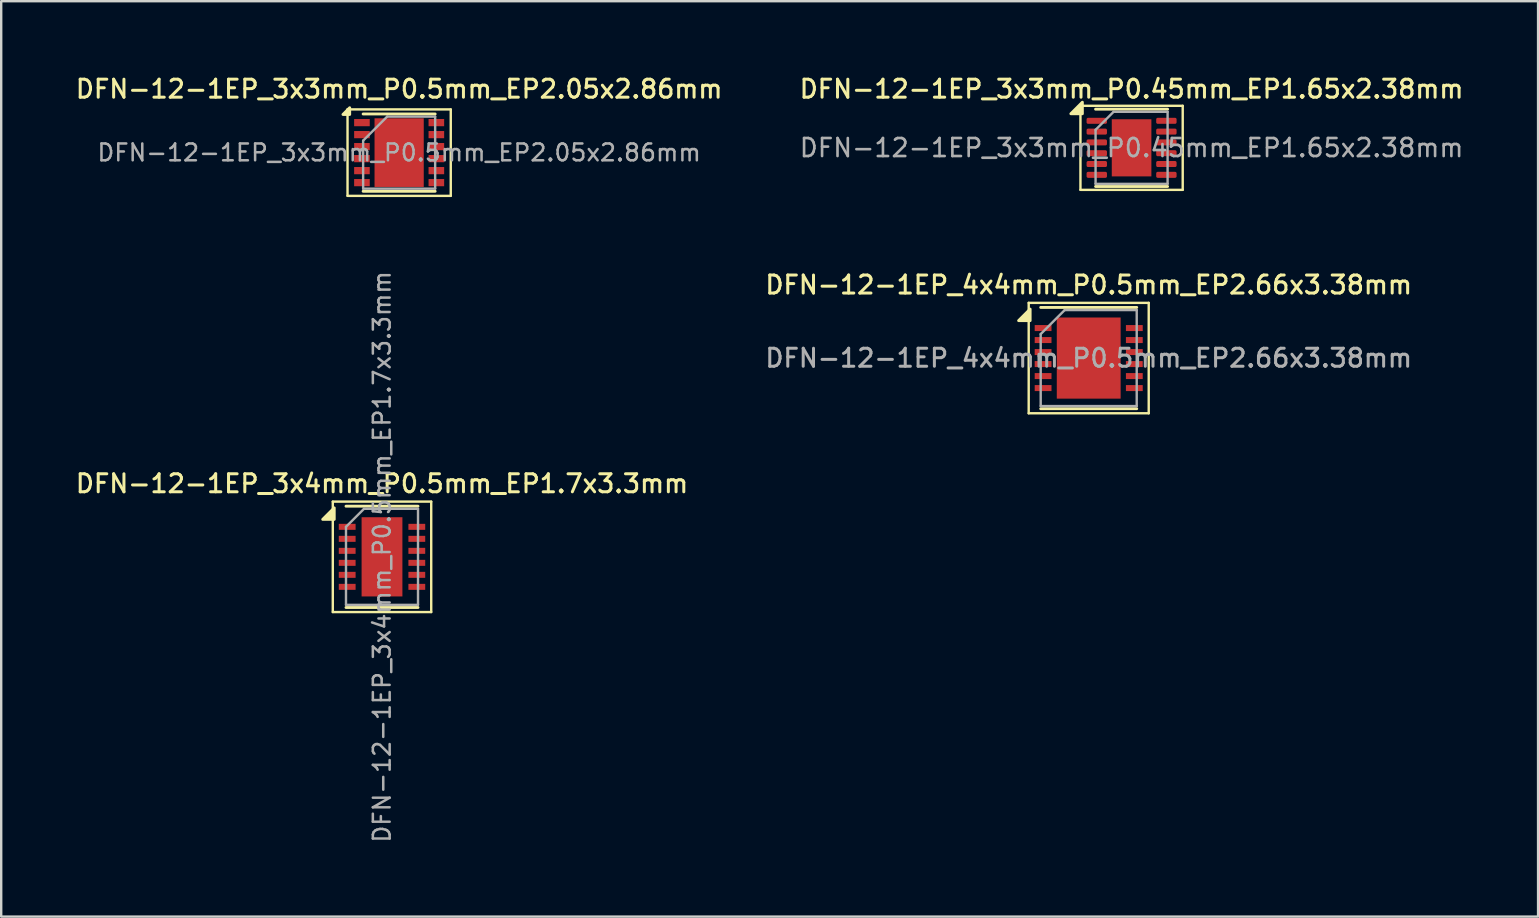
<source format=kicad_pcb>
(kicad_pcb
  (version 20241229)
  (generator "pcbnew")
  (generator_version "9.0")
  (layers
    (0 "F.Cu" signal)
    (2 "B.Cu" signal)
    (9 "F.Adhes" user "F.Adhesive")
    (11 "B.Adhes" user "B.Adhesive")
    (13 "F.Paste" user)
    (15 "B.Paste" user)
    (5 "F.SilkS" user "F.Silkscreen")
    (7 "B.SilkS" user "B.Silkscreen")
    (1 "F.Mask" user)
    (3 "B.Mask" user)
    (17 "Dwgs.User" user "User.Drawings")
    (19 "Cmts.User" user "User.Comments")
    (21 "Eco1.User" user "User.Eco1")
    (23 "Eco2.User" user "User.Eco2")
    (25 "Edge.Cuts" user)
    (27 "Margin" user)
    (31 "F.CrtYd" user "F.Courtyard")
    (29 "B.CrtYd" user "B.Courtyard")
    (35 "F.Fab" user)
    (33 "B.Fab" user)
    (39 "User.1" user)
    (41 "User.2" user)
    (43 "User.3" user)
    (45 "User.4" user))
  (footprint "DFN-12-1EP_3x3mm_P0.5mm_EP2.05x2.86mm"
    (layer "F.Cu")
    (at 13.577 3.308)
    (property "Reference" "DFN-12-1EP_3x3mm_P0.5mm_EP2.05x2.86mm" (at 0 -2.65 0) (layer "F.SilkS") (effects (font (size 0.75 0.75) (thickness 0.125))))
    (attr smd)
    (fp_line (start -2.15 -1.8) (end -2.15 1.8) (stroke (width 0.1) (type solid)) (layer "F.SilkS"))
    (fp_line (start -2.15 -1.8) (end 2.15 -1.8) (stroke (width 0.1) (type solid)) (layer "F.SilkS"))
    (fp_line (start -2.15 1.8) (end 2.15 1.8) (stroke (width 0.1) (type solid)) (layer "F.SilkS"))
    (fp_line (start -1.5 -1.61) (end 1.5 -1.61) (stroke (width 0.12) (type solid)) (layer "F.SilkS"))
    (fp_line (start -1.5 1.61) (end 1.5 1.61) (stroke (width 0.12) (type solid)) (layer "F.SilkS"))
    (fp_line (start 2.15 -1.8) (end 2.15 1.8) (stroke (width 0.1) (type solid)) (layer "F.SilkS"))
    (fp_poly (pts (xy -2.06 -1.59) (xy -2.34 -1.59) (xy -2.06 -1.87) (xy -2.06 -1.59)) (stroke (width 0.12) (type solid)) (fill yes) (layer "F.SilkS"))
    (fp_line (start -1.5 -0.5) (end -0.5 -1.5) (stroke (width 0.1) (type solid)) (layer "F.Fab"))
    (fp_line (start -1.5 1.5) (end -1.5 -0.5) (stroke (width 0.1) (type solid)) (layer "F.Fab"))
    (fp_line (start -0.5 -1.5) (end 1.5 -1.5) (stroke (width 0.1) (type solid)) (layer "F.Fab"))
    (fp_line (start 1.5 -1.5) (end 1.5 1.5) (stroke (width 0.1) (type solid)) (layer "F.Fab"))
    (fp_line (start 1.5 1.5) (end -1.5 1.5) (stroke (width 0.1) (type solid)) (layer "F.Fab"))
    (fp_text user "${REFERENCE}" (at 0 0 0) (layer "F.Fab") (effects (font (size 0.7 0.7) (thickness 0.105))))
    (pad "" smd rect (at -0.512 -0.715) (size 0.8 1.2) (layers "F.Paste"))
    (pad "" smd rect (at -0.512 0.715) (size 0.8 1.2) (layers "F.Paste"))
    (pad "" smd rect (at 0.512 -0.715) (size 0.8 1.2) (layers "F.Paste"))
    (pad "" smd rect (at 0.512 0.715) (size 0.8 1.2) (layers "F.Paste"))
    (pad "1" smd rect (at -1.55 -1.25) (size 0.65 0.3) (layers "F.Cu" "F.Mask" "F.Paste"))
    (pad "2" smd rect (at -1.55 -0.75) (size 0.65 0.3) (layers "F.Cu" "F.Mask" "F.Paste"))
    (pad "3" smd rect (at -1.55 -0.25) (size 0.65 0.3) (layers "F.Cu" "F.Mask" "F.Paste"))
    (pad "4" smd rect (at -1.55 0.25) (size 0.65 0.3) (layers "F.Cu" "F.Mask" "F.Paste"))
    (pad "5" smd rect (at -1.55 0.75) (size 0.65 0.3) (layers "F.Cu" "F.Mask" "F.Paste"))
    (pad "6" smd rect (at -1.55 1.25) (size 0.65 0.3) (layers "F.Cu" "F.Mask" "F.Paste"))
    (pad "7" smd rect (at 1.55 1.25) (size 0.65 0.3) (layers "F.Cu" "F.Mask" "F.Paste"))
    (pad "8" smd rect (at 1.55 0.75) (size 0.65 0.3) (layers "F.Cu" "F.Mask" "F.Paste"))
    (pad "9" smd rect (at 1.55 0.25) (size 0.65 0.3) (layers "F.Cu" "F.Mask" "F.Paste"))
    (pad "10" smd rect (at 1.55 -0.25) (size 0.65 0.3) (layers "F.Cu" "F.Mask" "F.Paste"))
    (pad "11" smd rect (at 1.55 -0.75) (size 0.65 0.3) (layers "F.Cu" "F.Mask" "F.Paste"))
    (pad "12" smd rect (at 1.55 -1.25) (size 0.65 0.3) (layers "F.Cu" "F.Mask" "F.Paste"))
    (pad "13" smd rect (at 0 0) (size 2.05 2.86) (layers "F.Cu" "F.Mask")))
  (footprint "DFN-12-1EP_3x3mm_P0.45mm_EP1.65x2.38mm"
    (layer "F.Cu")
    (at 44.088 3.108)
    (property "Reference" "DFN-12-1EP_3x3mm_P0.45mm_EP1.65x2.38mm" (at 0 -2.45 0) (layer "F.SilkS") (effects (font (size 0.75 0.75) (thickness 0.125))))
    (attr smd)
    (fp_line (start -2.13 -1.75) (end -2.13 1.75) (stroke (width 0.1) (type solid)) (layer "F.SilkS"))
    (fp_line (start -2.13 1.75) (end 2.13 1.75) (stroke (width 0.1) (type solid)) (layer "F.SilkS"))
    (fp_line (start -1.5 -1.61) (end 1.5 -1.61) (stroke (width 0.12) (type solid)) (layer "F.SilkS"))
    (fp_line (start -1.5 1.61) (end 1.5 1.61) (stroke (width 0.12) (type solid)) (layer "F.SilkS"))
    (fp_line (start 2.13 -1.75) (end -2.13 -1.75) (stroke (width 0.1) (type solid)) (layer "F.SilkS"))
    (fp_line (start 2.13 1.75) (end 2.13 -1.75) (stroke (width 0.1) (type solid)) (layer "F.SilkS"))
    (fp_poly (pts (xy -2.05 -1.42) (xy -2.53 -1.42) (xy -2.05 -1.9) (xy -2.05 -1.42)) (stroke (width 0.12) (type solid)) (fill yes) (layer "F.SilkS"))
    (fp_line (start -1.5 -0.75) (end -0.75 -1.5) (stroke (width 0.1) (type solid)) (layer "F.Fab"))
    (fp_line (start -1.5 1.5) (end -1.5 -0.75) (stroke (width 0.1) (type solid)) (layer "F.Fab"))
    (fp_line (start -0.75 -1.5) (end 1.5 -1.5) (stroke (width 0.1) (type solid)) (layer "F.Fab"))
    (fp_line (start 1.5 -1.5) (end 1.5 1.5) (stroke (width 0.1) (type solid)) (layer "F.Fab"))
    (fp_line (start 1.5 1.5) (end -1.5 1.5) (stroke (width 0.1) (type solid)) (layer "F.Fab"))
    (fp_text user "${REFERENCE}" (at 0 0 0) (layer "F.Fab") (effects (font (size 0.75 0.75) (thickness 0.11))))
    (pad "" smd roundrect (at -0.41 -0.595) (size 0.67 0.96) (layers "F.Paste") (roundrect_rratio 0.25))
    (pad "" smd roundrect (at -0.41 0.595) (size 0.67 0.96) (layers "F.Paste") (roundrect_rratio 0.25))
    (pad "" smd roundrect (at 0.41 -0.595) (size 0.67 0.96) (layers "F.Paste") (roundrect_rratio 0.25))
    (pad "" smd roundrect (at 0.41 0.595) (size 0.67 0.96) (layers "F.Paste") (roundrect_rratio 0.25))
    (pad "1" smd roundrect (at -1.45 -1.125) (size 0.85 0.25) (layers "F.Cu" "F.Mask" "F.Paste") (roundrect_rratio 0.25))
    (pad "2" smd roundrect (at -1.45 -0.675) (size 0.85 0.25) (layers "F.Cu" "F.Mask" "F.Paste") (roundrect_rratio 0.25))
    (pad "3" smd roundrect (at -1.45 -0.225) (size 0.85 0.25) (layers "F.Cu" "F.Mask" "F.Paste") (roundrect_rratio 0.25))
    (pad "4" smd roundrect (at -1.45 0.225) (size 0.85 0.25) (layers "F.Cu" "F.Mask" "F.Paste") (roundrect_rratio 0.25))
    (pad "5" smd roundrect (at -1.45 0.675) (size 0.85 0.25) (layers "F.Cu" "F.Mask" "F.Paste") (roundrect_rratio 0.25))
    (pad "6" smd roundrect (at -1.45 1.125) (size 0.85 0.25) (layers "F.Cu" "F.Mask" "F.Paste") (roundrect_rratio 0.25))
    (pad "7" smd roundrect (at 1.45 1.125) (size 0.85 0.25) (layers "F.Cu" "F.Mask" "F.Paste") (roundrect_rratio 0.25))
    (pad "8" smd roundrect (at 1.45 0.675) (size 0.85 0.25) (layers "F.Cu" "F.Mask" "F.Paste") (roundrect_rratio 0.25))
    (pad "9" smd roundrect (at 1.45 0.225) (size 0.85 0.25) (layers "F.Cu" "F.Mask" "F.Paste") (roundrect_rratio 0.25))
    (pad "10" smd roundrect (at 1.45 -0.225) (size 0.85 0.25) (layers "F.Cu" "F.Mask" "F.Paste") (roundrect_rratio 0.25))
    (pad "11" smd roundrect (at 1.45 -0.675) (size 0.85 0.25) (layers "F.Cu" "F.Mask" "F.Paste") (roundrect_rratio 0.25))
    (pad "12" smd roundrect (at 1.45 -1.125) (size 0.85 0.25) (layers "F.Cu" "F.Mask" "F.Paste") (roundrect_rratio 0.25))
    (pad "13" smd rect (at 0 0) (size 1.65 2.38) (property pad_prop_heatsink) (layers "F.Cu" "F.Mask")))
  (footprint "DFN-12-1EP_3x4mm_P0.5mm_EP1.7x3.3mm"
    (layer "F.Cu")
    (at 12.863 20.146)
    (property "Reference" "DFN-12-1EP_3x4mm_P0.5mm_EP1.7x3.3mm" (at 0 -3.05 0) (layer "F.SilkS") (effects (font (size 0.75 0.75) (thickness 0.125))))
    (attr smd)
    (fp_line (start -2.05 -2.3) (end -2.05 2.3) (stroke (width 0.1) (type solid)) (layer "F.SilkS"))
    (fp_line (start -2.05 -2.3) (end 2.05 -2.3) (stroke (width 0.1) (type solid)) (layer "F.SilkS"))
    (fp_line (start -2.05 2.3) (end 2.05 2.3) (stroke (width 0.1) (type solid)) (layer "F.SilkS"))
    (fp_line (start -1.5 -2.11) (end 1.5 -2.11) (stroke (width 0.12) (type solid)) (layer "F.SilkS"))
    (fp_line (start -1.5 2.11) (end 1.5 2.11) (stroke (width 0.12) (type solid)) (layer "F.SilkS"))
    (fp_line (start 2.05 -2.3) (end 2.05 2.3) (stroke (width 0.1) (type solid)) (layer "F.SilkS"))
    (fp_poly (pts (xy -1.99 -1.56) (xy -2.47 -1.56) (xy -1.99 -2.04) (xy -1.99 -1.56)) (stroke (width 0.12) (type solid)) (fill yes) (layer "F.SilkS"))
    (fp_line (start -1.5 -1.25) (end -0.75 -2) (stroke (width 0.1) (type solid)) (layer "F.Fab"))
    (fp_line (start -1.5 2) (end -1.5 -1.25) (stroke (width 0.1) (type solid)) (layer "F.Fab"))
    (fp_line (start -0.75 -2) (end 1.5 -2) (stroke (width 0.1) (type solid)) (layer "F.Fab"))
    (fp_line (start 1.5 -2) (end 1.5 2) (stroke (width 0.1) (type solid)) (layer "F.Fab"))
    (fp_line (start 1.5 2) (end -1.5 2) (stroke (width 0.1) (type solid)) (layer "F.Fab"))
    (fp_text user "${REFERENCE}" (at 0 0 90) (layer "F.Fab") (effects (font (size 0.7 0.7) (thickness 0.105))))
    (pad "" smd rect (at -0.425 -1.238) (size 0.685 0.67) (layers "F.Paste"))
    (pad "" smd rect (at -0.425 -0.412) (size 0.685 0.67) (layers "F.Paste"))
    (pad "" smd rect (at -0.425 0.412) (size 0.685 0.67) (layers "F.Paste"))
    (pad "" smd rect (at -0.425 1.238) (size 0.685 0.67) (layers "F.Paste"))
    (pad "" smd rect (at 0.425 -1.238) (size 0.685 0.67) (layers "F.Paste"))
    (pad "" smd rect (at 0.425 -0.412) (size 0.685 0.67) (layers "F.Paste"))
    (pad "" smd rect (at 0.425 0.412) (size 0.685 0.67) (layers "F.Paste"))
    (pad "" smd rect (at 0.425 1.238) (size 0.685 0.67) (layers "F.Paste"))
    (pad "1" smd rect (at -1.45 -1.25) (size 0.7 0.25) (layers "F.Cu" "F.Mask" "F.Paste"))
    (pad "2" smd rect (at -1.45 -0.75) (size 0.7 0.25) (layers "F.Cu" "F.Mask" "F.Paste"))
    (pad "3" smd rect (at -1.45 -0.25) (size 0.7 0.25) (layers "F.Cu" "F.Mask" "F.Paste"))
    (pad "4" smd rect (at -1.45 0.25) (size 0.7 0.25) (layers "F.Cu" "F.Mask" "F.Paste"))
    (pad "5" smd rect (at -1.45 0.75) (size 0.7 0.25) (layers "F.Cu" "F.Mask" "F.Paste"))
    (pad "6" smd rect (at -1.45 1.25) (size 0.7 0.25) (layers "F.Cu" "F.Mask" "F.Paste"))
    (pad "7" smd rect (at 1.45 1.25) (size 0.7 0.25) (layers "F.Cu" "F.Mask" "F.Paste"))
    (pad "8" smd rect (at 1.45 0.75) (size 0.7 0.25) (layers "F.Cu" "F.Mask" "F.Paste"))
    (pad "9" smd rect (at 1.45 0.25) (size 0.7 0.25) (layers "F.Cu" "F.Mask" "F.Paste"))
    (pad "10" smd rect (at 1.45 -0.25) (size 0.7 0.25) (layers "F.Cu" "F.Mask" "F.Paste"))
    (pad "11" smd rect (at 1.45 -0.75) (size 0.7 0.25) (layers "F.Cu" "F.Mask" "F.Paste"))
    (pad "12" smd rect (at 1.45 -1.25) (size 0.7 0.25) (layers "F.Cu" "F.Mask" "F.Paste"))
    (pad "13" smd rect (at 0 0) (size 1.7 3.3) (layers "F.Cu" "F.Mask")))
  (footprint "DFN-12-1EP_4x4mm_P0.5mm_EP2.66x3.38mm"
    (layer "F.Cu")
    (at 42.302 11.866)
    (property "Reference" "DFN-12-1EP_4x4mm_P0.5mm_EP2.66x3.38mm" (at 0 -3.05 0) (layer "F.SilkS") (effects (font (size 0.75 0.75) (thickness 0.125))))
    (attr smd)
    (fp_line (start -2.5 -2.3) (end -2.5 2.3) (stroke (width 0.1) (type solid)) (layer "F.SilkS"))
    (fp_line (start -2.5 -2.3) (end 2.5 -2.3) (stroke (width 0.1) (type solid)) (layer "F.SilkS"))
    (fp_line (start -2.5 2.3) (end 2.5 2.3) (stroke (width 0.1) (type solid)) (layer "F.SilkS"))
    (fp_line (start -2 -2.11) (end 2 -2.11) (stroke (width 0.12) (type solid)) (layer "F.SilkS"))
    (fp_line (start -2 2.11) (end 2 2.11) (stroke (width 0.12) (type solid)) (layer "F.SilkS"))
    (fp_line (start 2.5 -2.3) (end 2.5 2.3) (stroke (width 0.1) (type solid)) (layer "F.SilkS"))
    (fp_poly (pts (xy -2.44 -1.56) (xy -2.92 -1.56) (xy -2.44 -2.04) (xy -2.44 -1.56)) (stroke (width 0.12) (type solid)) (fill yes) (layer "F.SilkS"))
    (fp_line (start -2 -1) (end -1 -2) (stroke (width 0.1) (type solid)) (layer "F.Fab"))
    (fp_line (start -2 2) (end -2 -1) (stroke (width 0.1) (type solid)) (layer "F.Fab"))
    (fp_line (start -1 -2) (end 2 -2) (stroke (width 0.1) (type solid)) (layer "F.Fab"))
    (fp_line (start 2 -2) (end 2 2) (stroke (width 0.1) (type solid)) (layer "F.Fab"))
    (fp_line (start 2 2) (end -2 2) (stroke (width 0.1) (type solid)) (layer "F.Fab"))
    (fp_text user "${REFERENCE}" (at 0 0 0) (layer "F.Fab") (effects (font (size 0.75 0.75) (thickness 0.125))))
    (pad "" smd rect (at -0.665 -1.268) (size 1.15 0.63) (layers "F.Paste"))
    (pad "" smd rect (at -0.665 -0.422) (size 1.15 0.63) (layers "F.Paste"))
    (pad "" smd rect (at -0.665 0.422) (size 1.15 0.63) (layers "F.Paste"))
    (pad "" smd rect (at -0.665 1.268) (size 1.15 0.63) (layers "F.Paste"))
    (pad "" smd rect (at 0.665 -1.268) (size 1.15 0.63) (layers "F.Paste"))
    (pad "" smd rect (at 0.665 -0.422) (size 1.15 0.63) (layers "F.Paste"))
    (pad "" smd rect (at 0.665 0.422) (size 1.15 0.63) (layers "F.Paste"))
    (pad "" smd rect (at 0.665 1.268) (size 1.15 0.63) (layers "F.Paste"))
    (pad "1" smd rect (at -1.9 -1.25) (size 0.7 0.25) (layers "F.Cu" "F.Mask" "F.Paste"))
    (pad "2" smd rect (at -1.9 -0.75) (size 0.7 0.25) (layers "F.Cu" "F.Mask" "F.Paste"))
    (pad "3" smd rect (at -1.9 -0.25) (size 0.7 0.25) (layers "F.Cu" "F.Mask" "F.Paste"))
    (pad "4" smd rect (at -1.9 0.25) (size 0.7 0.25) (layers "F.Cu" "F.Mask" "F.Paste"))
    (pad "5" smd rect (at -1.9 0.75) (size 0.7 0.25) (layers "F.Cu" "F.Mask" "F.Paste"))
    (pad "6" smd rect (at -1.9 1.25) (size 0.7 0.25) (layers "F.Cu" "F.Mask" "F.Paste"))
    (pad "7" smd rect (at 1.9 1.25) (size 0.7 0.25) (layers "F.Cu" "F.Mask" "F.Paste"))
    (pad "8" smd rect (at 1.9 0.75) (size 0.7 0.25) (layers "F.Cu" "F.Mask" "F.Paste"))
    (pad "9" smd rect (at 1.9 0.25) (size 0.7 0.25) (layers "F.Cu" "F.Mask" "F.Paste"))
    (pad "10" smd rect (at 1.9 -0.25) (size 0.7 0.25) (layers "F.Cu" "F.Mask" "F.Paste"))
    (pad "11" smd rect (at 1.9 -0.75) (size 0.7 0.25) (layers "F.Cu" "F.Mask" "F.Paste"))
    (pad "12" smd rect (at 1.9 -1.25) (size 0.7 0.25) (layers "F.Cu" "F.Mask" "F.Paste"))
    (pad "13" smd rect (at 0 0) (size 2.66 3.38) (layers "F.Cu" "F.Mask")))
  (gr_rect
    (start -3 -3)
    (end 61.021 35.133)
    (stroke (width 0.1) (type default))
    (fill no)
    (layer "Edge.Cuts")))
</source>
